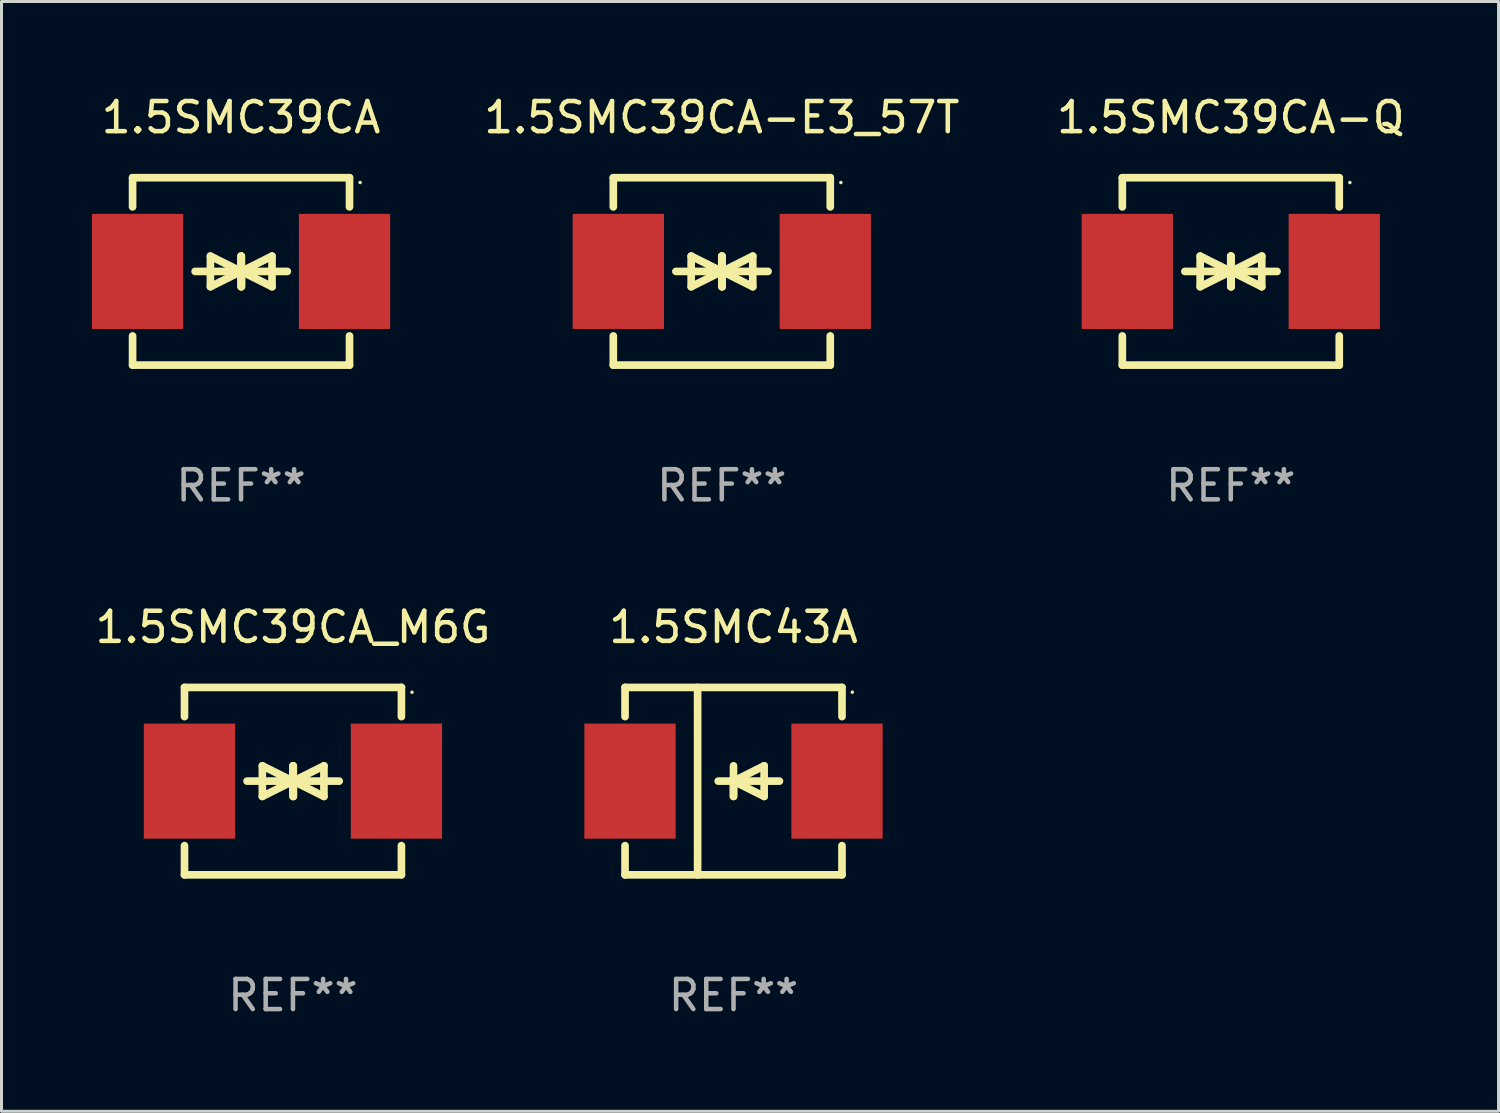
<source format=kicad_pcb>
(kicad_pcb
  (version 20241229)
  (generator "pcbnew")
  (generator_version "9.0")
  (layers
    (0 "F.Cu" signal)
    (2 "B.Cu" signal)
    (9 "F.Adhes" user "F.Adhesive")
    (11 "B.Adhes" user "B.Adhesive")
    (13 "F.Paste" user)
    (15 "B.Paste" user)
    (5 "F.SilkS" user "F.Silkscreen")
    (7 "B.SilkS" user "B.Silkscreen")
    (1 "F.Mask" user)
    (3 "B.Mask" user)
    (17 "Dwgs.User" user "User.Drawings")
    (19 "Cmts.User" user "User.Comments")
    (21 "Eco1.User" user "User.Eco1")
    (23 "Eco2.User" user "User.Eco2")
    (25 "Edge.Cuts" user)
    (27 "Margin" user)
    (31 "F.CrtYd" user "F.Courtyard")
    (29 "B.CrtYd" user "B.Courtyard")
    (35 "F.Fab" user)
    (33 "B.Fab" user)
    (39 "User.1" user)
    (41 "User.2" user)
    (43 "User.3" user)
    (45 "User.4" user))
  (footprint "1.5SMC39CA_M6G"
    (layer "F.Cu")
    (at 6.673 22.875)
    (property "Reference" "1.5SMC39CA_M6G" (at 0 -5.11 0) (layer "F.SilkS") (effects (font (size 1 1) (thickness 0.15))))
    (attr through_hole)
    (fp_line (start -3.6 -2.141) (end -3.6 -3.11) (stroke (width 0.254) (type solid)) (layer "F.SilkS"))
    (fp_line (start -3.6 3.11) (end -3.6 2.141) (stroke (width 0.254) (type solid)) (layer "F.SilkS"))
    (fp_line (start -1.524 0) (end 0.508 0) (stroke (width 0.254) (type solid)) (layer "F.SilkS"))
    (fp_line (start -1.016 -0.508) (end -1.016 0.508) (stroke (width 0.254) (type solid)) (layer "F.SilkS"))
    (fp_line (start -1.016 0.508) (end 0 0) (stroke (width 0.254) (type solid)) (layer "F.SilkS"))
    (fp_line (start 0 -0.508) (end 0 0.508) (stroke (width 0.254) (type solid)) (layer "F.SilkS"))
    (fp_line (start 0 0) (end -1.016 -0.508) (stroke (width 0.254) (type solid)) (layer "F.SilkS"))
    (fp_line (start 0 0) (end 0 -0.508) (stroke (width 0.254) (type solid)) (layer "F.SilkS"))
    (fp_line (start 0.012 0) (end 0.012 0.508) (stroke (width 0.254) (type solid)) (layer "F.SilkS"))
    (fp_line (start 0.012 0) (end 1.028 0.508) (stroke (width 0.254) (type solid)) (layer "F.SilkS"))
    (fp_line (start 0.012 0.508) (end 0.012 -0.508) (stroke (width 0.254) (type solid)) (layer "F.SilkS"))
    (fp_line (start 1.028 -0.508) (end 0.012 0) (stroke (width 0.254) (type solid)) (layer "F.SilkS"))
    (fp_line (start 1.028 0.508) (end 1.028 -0.508) (stroke (width 0.254) (type solid)) (layer "F.SilkS"))
    (fp_line (start 1.536 0) (end -0.496 0) (stroke (width 0.254) (type solid)) (layer "F.SilkS"))
    (fp_line (start 3.6 -3.11) (end -3.6 -3.11) (stroke (width 0.254) (type solid)) (layer "F.SilkS"))
    (fp_line (start 3.6 -2.141) (end 3.6 -3.11) (stroke (width 0.254) (type solid)) (layer "F.SilkS"))
    (fp_line (start 3.6 3.11) (end -3.6 3.11) (stroke (width 0.254) (type solid)) (layer "F.SilkS"))
    (fp_line (start 3.6 3.11) (end 3.6 2.141) (stroke (width 0.254) (type solid)) (layer "F.SilkS"))
    (fp_circle (center 3.952 -2.95) (end 3.982 -2.95) (stroke (width 0.06) (type solid)) (fill no) (layer "F.SilkS"))
    (fp_text user "REF**" (at 0 7.11 0) (layer "F.Fab") (effects (font (size 1 1) (thickness 0.15))))
    (pad "1" smd rect (at 3.435 0) (size 3.03 3.82) (layers "F.Cu" "F.Mask" "F.Paste"))
    (pad "2" smd rect (at -3.435 0) (size 3.03 3.82) (layers "F.Cu" "F.Mask" "F.Paste")))
  (footprint "1.5SMC39CA-Q"
    (layer "F.Cu")
    (at 37.799 5.958)
    (property "Reference" "1.5SMC39CA-Q" (at 0 -5.11 0) (layer "F.SilkS") (effects (font (size 1 1) (thickness 0.15))))
    (attr through_hole)
    (fp_line (start -3.6 -2.141) (end -3.6 -3.11) (stroke (width 0.254) (type solid)) (layer "F.SilkS"))
    (fp_line (start -3.6 3.11) (end -3.6 2.141) (stroke (width 0.254) (type solid)) (layer "F.SilkS"))
    (fp_line (start -1.524 0) (end 0.508 0) (stroke (width 0.254) (type solid)) (layer "F.SilkS"))
    (fp_line (start -1.016 -0.508) (end -1.016 0.508) (stroke (width 0.254) (type solid)) (layer "F.SilkS"))
    (fp_line (start -1.016 0.508) (end 0 0) (stroke (width 0.254) (type solid)) (layer "F.SilkS"))
    (fp_line (start 0 -0.508) (end 0 0.508) (stroke (width 0.254) (type solid)) (layer "F.SilkS"))
    (fp_line (start 0 0) (end -1.016 -0.508) (stroke (width 0.254) (type solid)) (layer "F.SilkS"))
    (fp_line (start 0 0) (end 0 -0.508) (stroke (width 0.254) (type solid)) (layer "F.SilkS"))
    (fp_line (start 0.012 0) (end 0.012 0.508) (stroke (width 0.254) (type solid)) (layer "F.SilkS"))
    (fp_line (start 0.012 0) (end 1.028 0.508) (stroke (width 0.254) (type solid)) (layer "F.SilkS"))
    (fp_line (start 0.012 0.508) (end 0.012 -0.508) (stroke (width 0.254) (type solid)) (layer "F.SilkS"))
    (fp_line (start 1.028 -0.508) (end 0.012 0) (stroke (width 0.254) (type solid)) (layer "F.SilkS"))
    (fp_line (start 1.028 0.508) (end 1.028 -0.508) (stroke (width 0.254) (type solid)) (layer "F.SilkS"))
    (fp_line (start 1.536 0) (end -0.496 0) (stroke (width 0.254) (type solid)) (layer "F.SilkS"))
    (fp_line (start 3.6 -3.11) (end -3.6 -3.11) (stroke (width 0.254) (type solid)) (layer "F.SilkS"))
    (fp_line (start 3.6 -2.141) (end 3.6 -3.11) (stroke (width 0.254) (type solid)) (layer "F.SilkS"))
    (fp_line (start 3.6 3.11) (end -3.6 3.11) (stroke (width 0.254) (type solid)) (layer "F.SilkS"))
    (fp_line (start 3.6 3.11) (end 3.6 2.141) (stroke (width 0.254) (type solid)) (layer "F.SilkS"))
    (fp_circle (center 3.952 -2.95) (end 3.982 -2.95) (stroke (width 0.06) (type solid)) (fill no) (layer "F.SilkS"))
    (fp_text user "REF**" (at 0 7.11 0) (layer "F.Fab") (effects (font (size 1 1) (thickness 0.15))))
    (pad "1" smd rect (at 3.435 0) (size 3.03 3.82) (layers "F.Cu" "F.Mask" "F.Paste"))
    (pad "2" smd rect (at -3.435 0) (size 3.03 3.82) (layers "F.Cu" "F.Mask" "F.Paste")))
  (footprint "1.5SMC39CA-E3_57T"
    (layer "F.Cu")
    (at 20.906 5.958)
    (property "Reference" "1.5SMC39CA-E3_57T" (at 0 -5.11 0) (layer "F.SilkS") (effects (font (size 1 1) (thickness 0.15))))
    (attr through_hole)
    (fp_line (start -3.6 -2.141) (end -3.6 -3.11) (stroke (width 0.254) (type solid)) (layer "F.SilkS"))
    (fp_line (start -3.6 3.11) (end -3.6 2.141) (stroke (width 0.254) (type solid)) (layer "F.SilkS"))
    (fp_line (start -1.524 0) (end 0.508 0) (stroke (width 0.254) (type solid)) (layer "F.SilkS"))
    (fp_line (start -1.016 -0.508) (end -1.016 0.508) (stroke (width 0.254) (type solid)) (layer "F.SilkS"))
    (fp_line (start -1.016 0.508) (end 0 0) (stroke (width 0.254) (type solid)) (layer "F.SilkS"))
    (fp_line (start 0 -0.508) (end 0 0.508) (stroke (width 0.254) (type solid)) (layer "F.SilkS"))
    (fp_line (start 0 0) (end -1.016 -0.508) (stroke (width 0.254) (type solid)) (layer "F.SilkS"))
    (fp_line (start 0 0) (end 0 -0.508) (stroke (width 0.254) (type solid)) (layer "F.SilkS"))
    (fp_line (start 0.012 0) (end 0.012 0.508) (stroke (width 0.254) (type solid)) (layer "F.SilkS"))
    (fp_line (start 0.012 0) (end 1.028 0.508) (stroke (width 0.254) (type solid)) (layer "F.SilkS"))
    (fp_line (start 0.012 0.508) (end 0.012 -0.508) (stroke (width 0.254) (type solid)) (layer "F.SilkS"))
    (fp_line (start 1.028 -0.508) (end 0.012 0) (stroke (width 0.254) (type solid)) (layer "F.SilkS"))
    (fp_line (start 1.028 0.508) (end 1.028 -0.508) (stroke (width 0.254) (type solid)) (layer "F.SilkS"))
    (fp_line (start 1.536 0) (end -0.496 0) (stroke (width 0.254) (type solid)) (layer "F.SilkS"))
    (fp_line (start 3.6 -3.11) (end -3.6 -3.11) (stroke (width 0.254) (type solid)) (layer "F.SilkS"))
    (fp_line (start 3.6 -2.141) (end 3.6 -3.11) (stroke (width 0.254) (type solid)) (layer "F.SilkS"))
    (fp_line (start 3.6 3.11) (end -3.6 3.11) (stroke (width 0.254) (type solid)) (layer "F.SilkS"))
    (fp_line (start 3.6 3.11) (end 3.6 2.141) (stroke (width 0.254) (type solid)) (layer "F.SilkS"))
    (fp_circle (center 3.952 -2.95) (end 3.982 -2.95) (stroke (width 0.06) (type solid)) (fill no) (layer "F.SilkS"))
    (fp_text user "REF**" (at 0 7.11 0) (layer "F.Fab") (effects (font (size 1 1) (thickness 0.15))))
    (pad "1" smd rect (at 3.435 0) (size 3.03 3.82) (layers "F.Cu" "F.Mask" "F.Paste"))
    (pad "2" smd rect (at -3.435 0) (size 3.03 3.82) (layers "F.Cu" "F.Mask" "F.Paste")))
  (footprint "1.5SMC39CA"
    (layer "F.Cu")
    (at 4.95 5.958)
    (property "Reference" "1.5SMC39CA" (at 0 -5.11 0) (layer "F.SilkS") (effects (font (size 1 1) (thickness 0.15))))
    (attr through_hole)
    (fp_line (start -3.6 -2.141) (end -3.6 -3.11) (stroke (width 0.254) (type solid)) (layer "F.SilkS"))
    (fp_line (start -3.6 3.11) (end -3.6 2.141) (stroke (width 0.254) (type solid)) (layer "F.SilkS"))
    (fp_line (start -1.524 0) (end 0.508 0) (stroke (width 0.254) (type solid)) (layer "F.SilkS"))
    (fp_line (start -1.016 -0.508) (end -1.016 0.508) (stroke (width 0.254) (type solid)) (layer "F.SilkS"))
    (fp_line (start -1.016 0.508) (end 0 0) (stroke (width 0.254) (type solid)) (layer "F.SilkS"))
    (fp_line (start 0 -0.508) (end 0 0.508) (stroke (width 0.254) (type solid)) (layer "F.SilkS"))
    (fp_line (start 0 0) (end -1.016 -0.508) (stroke (width 0.254) (type solid)) (layer "F.SilkS"))
    (fp_line (start 0 0) (end 0 -0.508) (stroke (width 0.254) (type solid)) (layer "F.SilkS"))
    (fp_line (start 0.012 0) (end 0.012 0.508) (stroke (width 0.254) (type solid)) (layer "F.SilkS"))
    (fp_line (start 0.012 0) (end 1.028 0.508) (stroke (width 0.254) (type solid)) (layer "F.SilkS"))
    (fp_line (start 0.012 0.508) (end 0.012 -0.508) (stroke (width 0.254) (type solid)) (layer "F.SilkS"))
    (fp_line (start 1.028 -0.508) (end 0.012 0) (stroke (width 0.254) (type solid)) (layer "F.SilkS"))
    (fp_line (start 1.028 0.508) (end 1.028 -0.508) (stroke (width 0.254) (type solid)) (layer "F.SilkS"))
    (fp_line (start 1.536 0) (end -0.496 0) (stroke (width 0.254) (type solid)) (layer "F.SilkS"))
    (fp_line (start 3.6 -3.11) (end -3.6 -3.11) (stroke (width 0.254) (type solid)) (layer "F.SilkS"))
    (fp_line (start 3.6 -2.141) (end 3.6 -3.11) (stroke (width 0.254) (type solid)) (layer "F.SilkS"))
    (fp_line (start 3.6 3.11) (end -3.6 3.11) (stroke (width 0.254) (type solid)) (layer "F.SilkS"))
    (fp_line (start 3.6 3.11) (end 3.6 2.141) (stroke (width 0.254) (type solid)) (layer "F.SilkS"))
    (fp_circle (center 3.952 -2.95) (end 3.982 -2.95) (stroke (width 0.06) (type solid)) (fill no) (layer "F.SilkS"))
    (fp_text user "REF**" (at 0 7.11 0) (layer "F.Fab") (effects (font (size 1 1) (thickness 0.15))))
    (pad "1" smd rect (at 3.435 0) (size 3.03 3.82) (layers "F.Cu" "F.Mask" "F.Paste"))
    (pad "2" smd rect (at -3.435 0) (size 3.03 3.82) (layers "F.Cu" "F.Mask" "F.Paste")))
  (footprint "1.5SMC43A"
    (layer "F.Cu")
    (at 21.295 22.875)
    (property "Reference" "1.5SMC43A" (at 0 -5.11 0) (layer "F.SilkS") (effects (font (size 1 1) (thickness 0.15))))
    (attr through_hole)
    (fp_line (start -3.6 -3.11) (end -3.6 -2.141) (stroke (width 0.254) (type solid)) (layer "F.SilkS"))
    (fp_line (start -3.6 -3.11) (end 3.6 -3.11) (stroke (width 0.254) (type solid)) (layer "F.SilkS"))
    (fp_line (start -3.6 2.141) (end -3.6 3.11) (stroke (width 0.254) (type solid)) (layer "F.SilkS"))
    (fp_line (start -3.6 3.11) (end 3.6 3.11) (stroke (width 0.254) (type solid)) (layer "F.SilkS"))
    (fp_line (start -1.192 -3.11) (end -1.192 3.11) (stroke (width 0.254) (type solid)) (layer "F.SilkS"))
    (fp_line (start 0 0) (end 0 0.508) (stroke (width 0.254) (type solid)) (layer "F.SilkS"))
    (fp_line (start 0 0) (end 1.016 0.508) (stroke (width 0.254) (type solid)) (layer "F.SilkS"))
    (fp_line (start 0 0.508) (end 0 -0.508) (stroke (width 0.254) (type solid)) (layer "F.SilkS"))
    (fp_line (start 1.016 -0.508) (end 0 0) (stroke (width 0.254) (type solid)) (layer "F.SilkS"))
    (fp_line (start 1.016 0.508) (end 1.016 -0.508) (stroke (width 0.254) (type solid)) (layer "F.SilkS"))
    (fp_line (start 1.524 0) (end -0.508 0) (stroke (width 0.254) (type solid)) (layer "F.SilkS"))
    (fp_line (start 3.6 -3.11) (end 3.6 -2.141) (stroke (width 0.254) (type solid)) (layer "F.SilkS"))
    (fp_line (start 3.6 2.141) (end 3.6 3.11) (stroke (width 0.254) (type solid)) (layer "F.SilkS"))
    (fp_circle (center 3.943 -2.952) (end 3.973 -2.952) (stroke (width 0.06) (type solid)) (fill no) (layer "F.SilkS"))
    (fp_text user "REF**" (at 0 7.11 0) (layer "F.Fab") (effects (font (size 1 1) (thickness 0.15))))
    (pad "1" smd rect (at 3.435 0 180) (size 3.03 3.82) (layers "F.Cu" "F.Mask" "F.Paste"))
    (pad "2" smd rect (at -3.435 0 180) (size 3.03 3.82) (layers "F.Cu" "F.Mask" "F.Paste")))
  (gr_rect
    (start -3 -3)
    (end 46.686 33.833)
    (stroke (width 0.1) (type default))
    (fill no)
    (layer "Edge.Cuts")))
</source>
